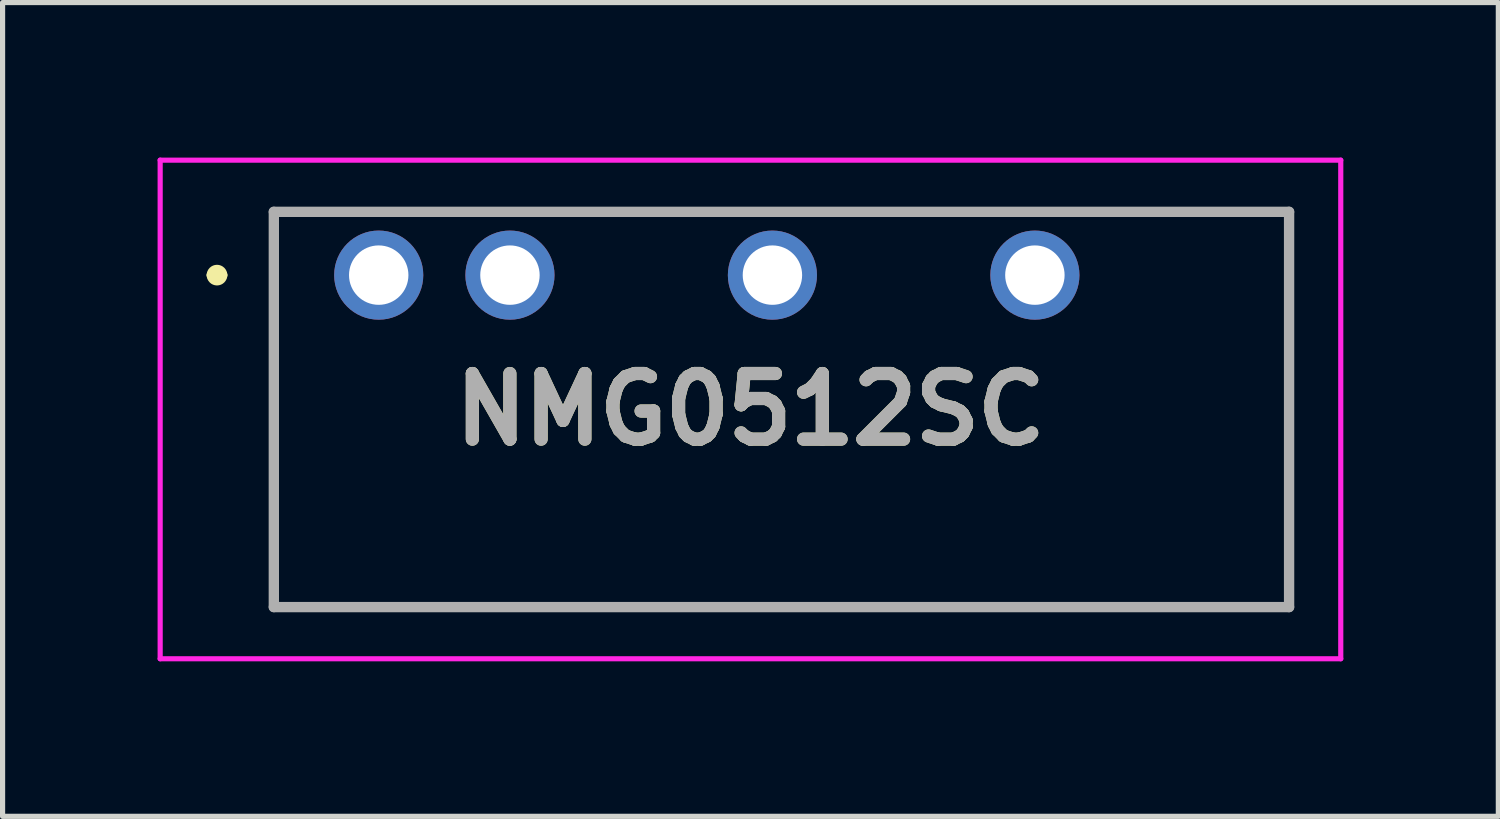
<source format=kicad_pcb>
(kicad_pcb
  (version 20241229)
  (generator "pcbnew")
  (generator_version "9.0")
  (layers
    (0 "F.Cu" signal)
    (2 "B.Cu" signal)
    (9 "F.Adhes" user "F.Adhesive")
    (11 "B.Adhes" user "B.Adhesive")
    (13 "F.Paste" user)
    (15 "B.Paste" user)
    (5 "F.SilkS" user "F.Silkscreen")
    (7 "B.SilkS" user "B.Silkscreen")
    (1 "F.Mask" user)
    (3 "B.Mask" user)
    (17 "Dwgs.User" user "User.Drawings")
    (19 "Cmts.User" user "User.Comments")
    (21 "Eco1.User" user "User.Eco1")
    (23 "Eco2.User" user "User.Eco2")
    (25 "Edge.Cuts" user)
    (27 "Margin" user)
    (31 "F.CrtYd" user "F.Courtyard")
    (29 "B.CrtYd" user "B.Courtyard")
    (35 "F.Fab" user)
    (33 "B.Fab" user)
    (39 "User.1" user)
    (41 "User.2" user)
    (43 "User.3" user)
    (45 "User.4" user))
  (footprint "NMG0512SC"
    (layer "F.Cu")
    (at 4.28 2.275)
    (property "Reference" "NMG0512SC" (at 7.195 2.6 0) (layer "F.SilkS") (effects (font (size 1.27 1.27) (thickness 0.254))))
    (attr through_hole)
    (fp_line (start -3.23 0) (end -3.23 0) (stroke (width 0.2) (type solid)) (layer "F.SilkS"))
    (fp_line (start -3.03 0) (end -3.03 0) (stroke (width 0.2) (type solid)) (layer "F.SilkS"))
    (fp_line (start -2.03 -1.225) (end 17.62 -1.225) (stroke (width 0.1) (type solid)) (layer "F.SilkS"))
    (fp_line (start -2.03 6.425) (end -2.03 -1.225) (stroke (width 0.1) (type solid)) (layer "F.SilkS"))
    (fp_line (start 17.62 -1.225) (end 17.62 6.425) (stroke (width 0.1) (type solid)) (layer "F.SilkS"))
    (fp_line (start 17.62 6.425) (end -2.03 6.425) (stroke (width 0.1) (type solid)) (layer "F.SilkS"))
    (fp_arc (start -3.23 0) (mid -3.13 -0.1) (end -3.03 0) (stroke (width 0.2) (type solid)) (layer "F.SilkS"))
    (fp_arc (start -3.03 0) (mid -3.13 0.1) (end -3.23 0) (stroke (width 0.2) (type solid)) (layer "F.SilkS"))
    (fp_line (start -4.23 -2.225) (end 18.62 -2.225) (stroke (width 0.1) (type solid)) (layer "F.CrtYd"))
    (fp_line (start -4.23 7.425) (end -4.23 -2.225) (stroke (width 0.1) (type solid)) (layer "F.CrtYd"))
    (fp_line (start 18.62 -2.225) (end 18.62 7.425) (stroke (width 0.1) (type solid)) (layer "F.CrtYd"))
    (fp_line (start 18.62 7.425) (end -4.23 7.425) (stroke (width 0.1) (type solid)) (layer "F.CrtYd"))
    (fp_line (start -2.03 -1.225) (end 17.62 -1.225) (stroke (width 0.2) (type solid)) (layer "F.Fab"))
    (fp_line (start -2.03 6.425) (end -2.03 -1.225) (stroke (width 0.2) (type solid)) (layer "F.Fab"))
    (fp_line (start 17.62 -1.225) (end 17.62 6.425) (stroke (width 0.2) (type solid)) (layer "F.Fab"))
    (fp_line (start 17.62 6.425) (end -2.03 6.425) (stroke (width 0.2) (type solid)) (layer "F.Fab"))
    (fp_text user "${REFERENCE}" (at 7.195 2.6 0) (layer "F.Fab") (effects (font (size 1.27 1.27) (thickness 0.254))))
    (pad "1" thru_hole circle (at 0 0) (size 1.725 1.725) (drill 1.15) (layers "*.Cu" "*.Mask"))
    (pad "2" thru_hole circle (at 2.54 0) (size 1.725 1.725) (drill 1.15) (layers "*.Cu" "*.Mask"))
    (pad "4" thru_hole circle (at 7.62 0) (size 1.725 1.725) (drill 1.15) (layers "*.Cu" "*.Mask"))
    (pad "6" thru_hole circle (at 12.7 0) (size 1.725 1.725) (drill 1.15) (layers "*.Cu" "*.Mask")))
  (gr_rect
    (start -3 -3)
    (end 25.95 12.75)
    (stroke (width 0.1) (type default))
    (fill no)
    (layer "Edge.Cuts")))
</source>
